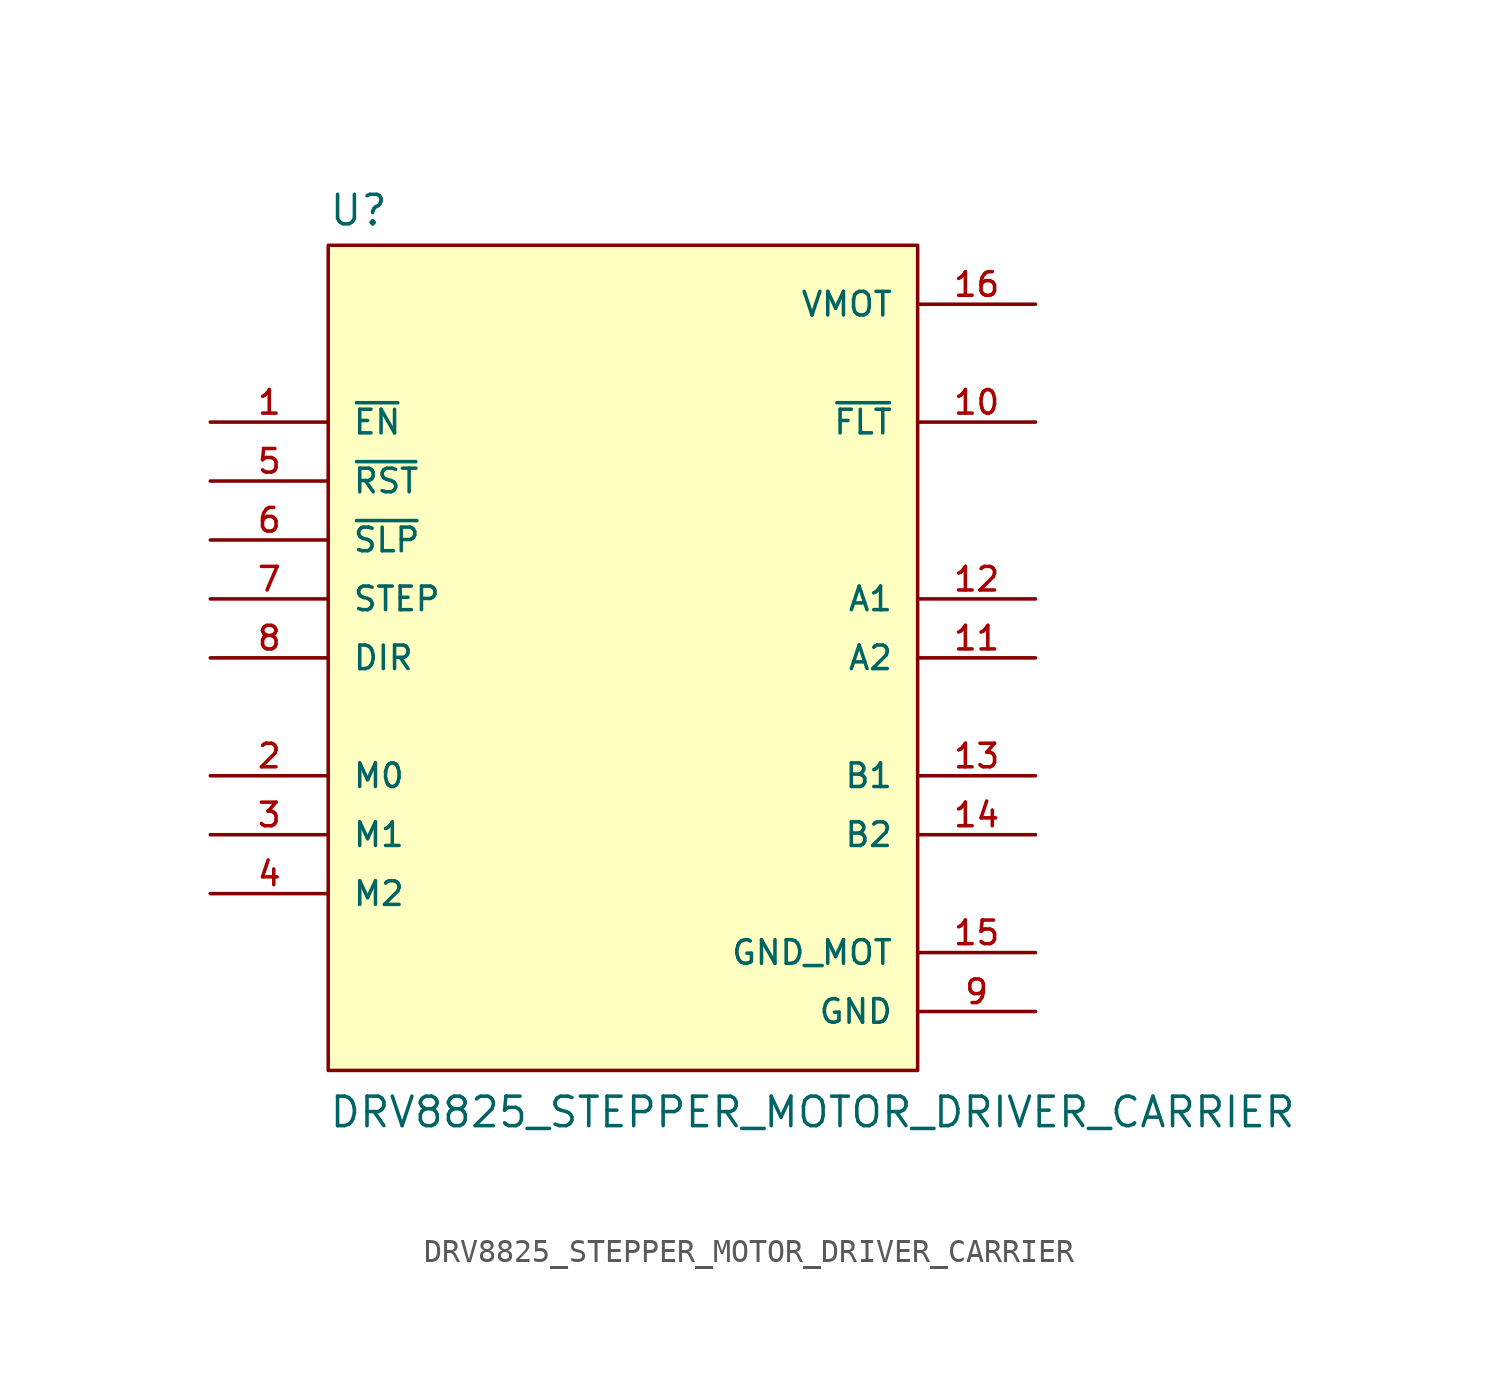
<source format=kicad_sym>
(kicad_symbol_lib
  (version 20231120)
  (generator "kicad_symbol_editor")
  (generator_version "8.0")
  (symbol "DRV8825_STEPPER_MOTOR_DRIVER_CARRIER"
    (pin_names
      (offset 1.016))
    (property "Reference" "U"
      (at -12.7 18.542 0)
      (effects (font (size 1.27 1.27)) (justify left bottom)))
    (property "Value" "DRV8825_STEPPER_MOTOR_DRIVER_CARRIER"
      (at -12.7 -20.32 0)
      (effects (font (size 1.27 1.27)) (justify left bottom)))
    (symbol "DRV8825_STEPPER_MOTOR_DRIVER_CARRIER_0_0"
      (rectangle (start -12.7 17.78) (end 12.7 -17.78) (stroke (width 0.152) (type default)) (fill (type background)))
      (pin input line (at -17.78 10.16 0) (length 5.08) (name "~{EN}" (effects (font (size 1.016 1.016)))) (number "1" (effects (font (size 1.016 1.016)))))
      (pin output line (at 17.78 10.16 180) (length 5.08) (name "~{FLT}" (effects (font (size 1.016 1.016)))) (number "10" (effects (font (size 1.016 1.016)))))
      (pin output line (at 17.78 0 180) (length 5.08) (name "A2" (effects (font (size 1.016 1.016)))) (number "11" (effects (font (size 1.016 1.016)))))
      (pin output line (at 17.78 2.54 180) (length 5.08) (name "A1" (effects (font (size 1.016 1.016)))) (number "12" (effects (font (size 1.016 1.016)))))
      (pin output line (at 17.78 -5.08 180) (length 5.08) (name "B1" (effects (font (size 1.016 1.016)))) (number "13" (effects (font (size 1.016 1.016)))))
      (pin output line (at 17.78 -7.62 180) (length 5.08) (name "B2" (effects (font (size 1.016 1.016)))) (number "14" (effects (font (size 1.016 1.016)))))
      (pin power_in line (at 17.78 -12.7 180) (length 5.08) (name "GND_MOT" (effects (font (size 1.016 1.016)))) (number "15" (effects (font (size 1.016 1.016)))))
      (pin power_in line (at 17.78 15.24 180) (length 5.08) (name "VMOT" (effects (font (size 1.016 1.016)))) (number "16" (effects (font (size 1.016 1.016)))))
      (pin input line (at -17.78 -5.08 0) (length 5.08) (name "M0" (effects (font (size 1.016 1.016)))) (number "2" (effects (font (size 1.016 1.016)))))
      (pin input line (at -17.78 -7.62 0) (length 5.08) (name "M1" (effects (font (size 1.016 1.016)))) (number "3" (effects (font (size 1.016 1.016)))))
      (pin input line (at -17.78 -10.16 0) (length 5.08) (name "M2" (effects (font (size 1.016 1.016)))) (number "4" (effects (font (size 1.016 1.016)))))
      (pin input line (at -17.78 7.62 0) (length 5.08) (name "~{RST}" (effects (font (size 1.016 1.016)))) (number "5" (effects (font (size 1.016 1.016)))))
      (pin input line (at -17.78 5.08 0) (length 5.08) (name "~{SLP}" (effects (font (size 1.016 1.016)))) (number "6" (effects (font (size 1.016 1.016)))))
      (pin input line (at -17.78 2.54 0) (length 5.08) (name "STEP" (effects (font (size 1.016 1.016)))) (number "7" (effects (font (size 1.016 1.016)))))
      (pin input line (at -17.78 0 0) (length 5.08) (name "DIR" (effects (font (size 1.016 1.016)))) (number "8" (effects (font (size 1.016 1.016)))))
      (pin power_in line (at 17.78 -15.24 180) (length 5.08) (name "GND" (effects (font (size 1.016 1.016)))) (number "9" (effects (font (size 1.016 1.016))))))))
</source>
